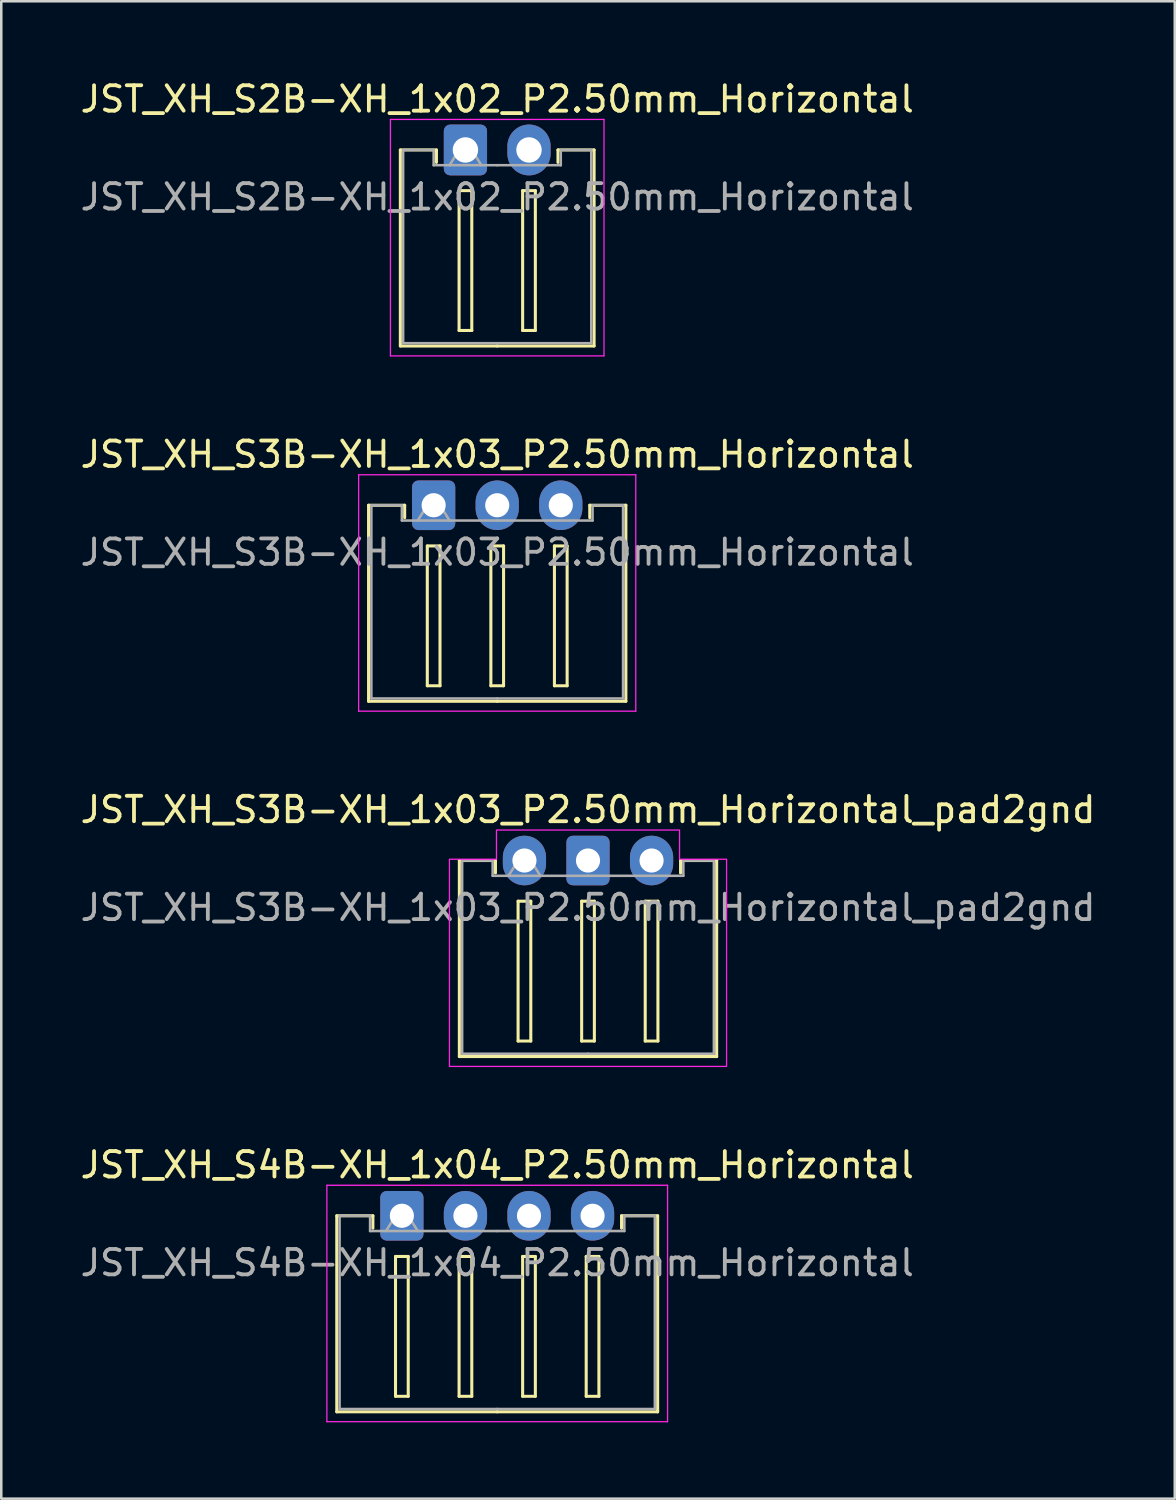
<source format=kicad_pcb>
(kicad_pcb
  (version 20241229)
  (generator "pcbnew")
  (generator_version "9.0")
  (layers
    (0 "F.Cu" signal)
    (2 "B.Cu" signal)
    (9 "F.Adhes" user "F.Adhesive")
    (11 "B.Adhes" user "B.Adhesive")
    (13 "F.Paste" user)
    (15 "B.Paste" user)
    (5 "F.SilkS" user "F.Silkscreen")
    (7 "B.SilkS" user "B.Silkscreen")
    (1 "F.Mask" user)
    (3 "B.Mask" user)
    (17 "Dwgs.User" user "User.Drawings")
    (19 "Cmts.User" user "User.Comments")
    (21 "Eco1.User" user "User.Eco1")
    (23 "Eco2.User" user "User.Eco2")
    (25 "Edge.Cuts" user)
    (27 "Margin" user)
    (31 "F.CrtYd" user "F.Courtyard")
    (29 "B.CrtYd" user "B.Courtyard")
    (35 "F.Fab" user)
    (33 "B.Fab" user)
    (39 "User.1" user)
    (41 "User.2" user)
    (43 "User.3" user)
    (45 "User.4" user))
  (footprint "JST_XH_S4B-XH_1x04_P2.50mm_Horizontal"
    (layer "F.Cu")
    (at 12.756 44.768)
    (property "Reference" "JST_XH_S4B-XH_1x04_P2.50mm_Horizontal" (at 3.75 -2 0) (layer "F.SilkS") (effects (font (size 1 1) (thickness 0.15))))
    (attr through_hole)
    (fp_line (start -2.56 0) (end -1.14 0) (stroke (width 0.12) (type solid)) (layer "F.SilkS"))
    (fp_line (start -2.56 7.71) (end -2.56 0) (stroke (width 0.12) (type solid)) (layer "F.SilkS"))
    (fp_line (start -1.14 0) (end -1.14 0.49) (stroke (width 0.12) (type solid)) (layer "F.SilkS"))
    (fp_line (start -0.25 1.6) (end -0.25 7.1) (stroke (width 0.12) (type solid)) (layer "F.SilkS"))
    (fp_line (start -0.25 7.1) (end 0.25 7.1) (stroke (width 0.12) (type solid)) (layer "F.SilkS"))
    (fp_line (start 0.25 1.6) (end -0.25 1.6) (stroke (width 0.12) (type solid)) (layer "F.SilkS"))
    (fp_line (start 0.25 7.1) (end 0.25 1.6) (stroke (width 0.12) (type solid)) (layer "F.SilkS"))
    (fp_line (start 2.25 1.6) (end 2.25 7.1) (stroke (width 0.12) (type solid)) (layer "F.SilkS"))
    (fp_line (start 2.25 7.1) (end 2.75 7.1) (stroke (width 0.12) (type solid)) (layer "F.SilkS"))
    (fp_line (start 2.75 1.6) (end 2.25 1.6) (stroke (width 0.12) (type solid)) (layer "F.SilkS"))
    (fp_line (start 2.75 7.1) (end 2.75 1.6) (stroke (width 0.12) (type solid)) (layer "F.SilkS"))
    (fp_line (start 3.75 7.71) (end -2.56 7.71) (stroke (width 0.12) (type solid)) (layer "F.SilkS"))
    (fp_line (start 3.75 7.71) (end 10.06 7.71) (stroke (width 0.12) (type solid)) (layer "F.SilkS"))
    (fp_line (start 4.75 1.6) (end 4.75 7.1) (stroke (width 0.12) (type solid)) (layer "F.SilkS"))
    (fp_line (start 4.75 7.1) (end 5.25 7.1) (stroke (width 0.12) (type solid)) (layer "F.SilkS"))
    (fp_line (start 5.25 1.6) (end 4.75 1.6) (stroke (width 0.12) (type solid)) (layer "F.SilkS"))
    (fp_line (start 5.25 7.1) (end 5.25 1.6) (stroke (width 0.12) (type solid)) (layer "F.SilkS"))
    (fp_line (start 7.25 1.6) (end 7.25 7.1) (stroke (width 0.12) (type solid)) (layer "F.SilkS"))
    (fp_line (start 7.25 7.1) (end 7.75 7.1) (stroke (width 0.12) (type solid)) (layer "F.SilkS"))
    (fp_line (start 7.75 1.6) (end 7.25 1.6) (stroke (width 0.12) (type solid)) (layer "F.SilkS"))
    (fp_line (start 7.75 7.1) (end 7.75 1.6) (stroke (width 0.12) (type solid)) (layer "F.SilkS"))
    (fp_line (start 8.64 0) (end 8.64 0.49) (stroke (width 0.12) (type solid)) (layer "F.SilkS"))
    (fp_line (start 10.06 0) (end 8.64 0) (stroke (width 0.12) (type solid)) (layer "F.SilkS"))
    (fp_line (start 10.06 7.71) (end 10.06 0) (stroke (width 0.12) (type solid)) (layer "F.SilkS"))
    (fp_line (start -2.95 -1.2) (end -2.95 8.1) (stroke (width 0.05) (type solid)) (layer "F.CrtYd"))
    (fp_line (start -2.95 8.1) (end 10.45 8.1) (stroke (width 0.05) (type solid)) (layer "F.CrtYd"))
    (fp_line (start 10.45 -1.2) (end -2.95 -1.2) (stroke (width 0.05) (type solid)) (layer "F.CrtYd"))
    (fp_line (start 10.45 8.1) (end 10.45 -1.2) (stroke (width 0.05) (type solid)) (layer "F.CrtYd"))
    (fp_line (start -2.45 0) (end -1.25 0) (stroke (width 0.1) (type solid)) (layer "F.Fab"))
    (fp_line (start -2.45 7.6) (end -2.45 0) (stroke (width 0.1) (type solid)) (layer "F.Fab"))
    (fp_line (start -1.25 0) (end -1.25 0.6) (stroke (width 0.1) (type solid)) (layer "F.Fab"))
    (fp_line (start -1.25 0.6) (end 3.75 0.6) (stroke (width 0.1) (type solid)) (layer "F.Fab"))
    (fp_line (start -0.625 0.6) (end 0 -0.4) (stroke (width 0.1) (type solid)) (layer "F.Fab"))
    (fp_line (start 0 -0.4) (end 0.625 0.6) (stroke (width 0.1) (type solid)) (layer "F.Fab"))
    (fp_line (start 3.75 7.6) (end -2.45 7.6) (stroke (width 0.1) (type solid)) (layer "F.Fab"))
    (fp_line (start 3.75 7.6) (end 9.95 7.6) (stroke (width 0.1) (type solid)) (layer "F.Fab"))
    (fp_line (start 8.75 0) (end 8.75 0.6) (stroke (width 0.1) (type solid)) (layer "F.Fab"))
    (fp_line (start 8.75 0.6) (end 3.75 0.6) (stroke (width 0.1) (type solid)) (layer "F.Fab"))
    (fp_line (start 9.95 0) (end 8.75 0) (stroke (width 0.1) (type solid)) (layer "F.Fab"))
    (fp_line (start 9.95 7.6) (end 9.95 0) (stroke (width 0.1) (type solid)) (layer "F.Fab"))
    (fp_text user "${REFERENCE}" (at 3.75 1.85 0) (layer "F.Fab") (effects (font (size 1 1) (thickness 0.15))))
    (pad "1" thru_hole roundrect (at 0 0) (size 1.7 1.95) (drill 0.95) (layers "*.Cu" "*.Mask") (roundrect_rratio 0.147))
    (pad "2" thru_hole oval (at 2.5 0) (size 1.7 1.95) (drill 0.95) (layers "*.Cu" "*.Mask"))
    (pad "3" thru_hole oval (at 5 0) (size 1.7 1.95) (drill 0.95) (layers "*.Cu" "*.Mask"))
    (pad "4" thru_hole oval (at 7.5 0) (size 1.7 1.95) (drill 0.95) (layers "*.Cu" "*.Mask")))
  (footprint "JST_XH_S2B-XH_1x02_P2.50mm_Horizontal"
    (layer "F.Cu")
    (at 15.256 2.848)
    (property "Reference" "JST_XH_S2B-XH_1x02_P2.50mm_Horizontal" (at 1.25 -2 0) (layer "F.SilkS") (effects (font (size 1 1) (thickness 0.15))))
    (attr through_hole)
    (fp_line (start -2.56 0) (end -1.14 0) (stroke (width 0.12) (type solid)) (layer "F.SilkS"))
    (fp_line (start -2.56 7.71) (end -2.56 0) (stroke (width 0.12) (type solid)) (layer "F.SilkS"))
    (fp_line (start -1.14 0) (end -1.14 0.49) (stroke (width 0.12) (type solid)) (layer "F.SilkS"))
    (fp_line (start -0.25 1.6) (end -0.25 7.1) (stroke (width 0.12) (type solid)) (layer "F.SilkS"))
    (fp_line (start -0.25 7.1) (end 0.25 7.1) (stroke (width 0.12) (type solid)) (layer "F.SilkS"))
    (fp_line (start 0.25 1.6) (end -0.25 1.6) (stroke (width 0.12) (type solid)) (layer "F.SilkS"))
    (fp_line (start 0.25 7.1) (end 0.25 1.6) (stroke (width 0.12) (type solid)) (layer "F.SilkS"))
    (fp_line (start 1.25 7.71) (end -2.56 7.71) (stroke (width 0.12) (type solid)) (layer "F.SilkS"))
    (fp_line (start 1.25 7.71) (end 5.06 7.71) (stroke (width 0.12) (type solid)) (layer "F.SilkS"))
    (fp_line (start 2.25 1.6) (end 2.25 7.1) (stroke (width 0.12) (type solid)) (layer "F.SilkS"))
    (fp_line (start 2.25 7.1) (end 2.75 7.1) (stroke (width 0.12) (type solid)) (layer "F.SilkS"))
    (fp_line (start 2.75 1.6) (end 2.25 1.6) (stroke (width 0.12) (type solid)) (layer "F.SilkS"))
    (fp_line (start 2.75 7.1) (end 2.75 1.6) (stroke (width 0.12) (type solid)) (layer "F.SilkS"))
    (fp_line (start 3.64 0) (end 3.64 0.49) (stroke (width 0.12) (type solid)) (layer "F.SilkS"))
    (fp_line (start 5.06 0) (end 3.64 0) (stroke (width 0.12) (type solid)) (layer "F.SilkS"))
    (fp_line (start 5.06 7.71) (end 5.06 0) (stroke (width 0.12) (type solid)) (layer "F.SilkS"))
    (fp_line (start -2.95 -1.2) (end -2.95 8.1) (stroke (width 0.05) (type solid)) (layer "F.CrtYd"))
    (fp_line (start -2.95 8.1) (end 5.45 8.1) (stroke (width 0.05) (type solid)) (layer "F.CrtYd"))
    (fp_line (start 5.45 -1.2) (end -2.95 -1.2) (stroke (width 0.05) (type solid)) (layer "F.CrtYd"))
    (fp_line (start 5.45 8.1) (end 5.45 -1.2) (stroke (width 0.05) (type solid)) (layer "F.CrtYd"))
    (fp_line (start -2.45 0) (end -1.25 0) (stroke (width 0.1) (type solid)) (layer "F.Fab"))
    (fp_line (start -2.45 7.6) (end -2.45 0) (stroke (width 0.1) (type solid)) (layer "F.Fab"))
    (fp_line (start -1.25 0) (end -1.25 0.6) (stroke (width 0.1) (type solid)) (layer "F.Fab"))
    (fp_line (start -1.25 0.6) (end 1.25 0.6) (stroke (width 0.1) (type solid)) (layer "F.Fab"))
    (fp_line (start -0.625 0.6) (end 0 -0.4) (stroke (width 0.1) (type solid)) (layer "F.Fab"))
    (fp_line (start 0 -0.4) (end 0.625 0.6) (stroke (width 0.1) (type solid)) (layer "F.Fab"))
    (fp_line (start 1.25 7.6) (end -2.45 7.6) (stroke (width 0.1) (type solid)) (layer "F.Fab"))
    (fp_line (start 1.25 7.6) (end 4.95 7.6) (stroke (width 0.1) (type solid)) (layer "F.Fab"))
    (fp_line (start 3.75 0) (end 3.75 0.6) (stroke (width 0.1) (type solid)) (layer "F.Fab"))
    (fp_line (start 3.75 0.6) (end 1.25 0.6) (stroke (width 0.1) (type solid)) (layer "F.Fab"))
    (fp_line (start 4.95 0) (end 3.75 0) (stroke (width 0.1) (type solid)) (layer "F.Fab"))
    (fp_line (start 4.95 7.6) (end 4.95 0) (stroke (width 0.1) (type solid)) (layer "F.Fab"))
    (fp_text user "${REFERENCE}" (at 1.25 1.85 0) (layer "F.Fab") (effects (font (size 1 1) (thickness 0.15))))
    (pad "1" thru_hole roundrect (at 0 0) (size 1.7 2) (drill 1) (layers "*.Cu" "*.Mask") (roundrect_rratio 0.147))
    (pad "2" thru_hole oval (at 2.5 0) (size 1.7 2) (drill 1) (layers "*.Cu" "*.Mask")))
  (footprint "JST_XH_S3B-XH_1x03_P2.50mm_Horizontal_pad2gnd"
    (layer "F.Cu")
    (at 17.577 30.795)
    (property "Reference" "JST_XH_S3B-XH_1x03_P2.50mm_Horizontal_pad2gnd" (at 2.5 -2 0) (layer "F.SilkS") (effects (font (size 1 1) (thickness 0.15))))
    (attr through_hole)
    (fp_line (start -2.56 0) (end -1.14 0) (stroke (width 0.12) (type solid)) (layer "F.SilkS"))
    (fp_line (start -2.56 7.71) (end -2.56 0) (stroke (width 0.12) (type solid)) (layer "F.SilkS"))
    (fp_line (start -1.14 0) (end -1.14 0.49) (stroke (width 0.12) (type solid)) (layer "F.SilkS"))
    (fp_line (start -0.25 1.6) (end -0.25 7.1) (stroke (width 0.12) (type solid)) (layer "F.SilkS"))
    (fp_line (start -0.25 7.1) (end 0.25 7.1) (stroke (width 0.12) (type solid)) (layer "F.SilkS"))
    (fp_line (start 0.25 1.6) (end -0.25 1.6) (stroke (width 0.12) (type solid)) (layer "F.SilkS"))
    (fp_line (start 0.25 7.1) (end 0.25 1.6) (stroke (width 0.12) (type solid)) (layer "F.SilkS"))
    (fp_line (start 2.25 1.6) (end 2.25 7.1) (stroke (width 0.12) (type solid)) (layer "F.SilkS"))
    (fp_line (start 2.25 7.1) (end 2.75 7.1) (stroke (width 0.12) (type solid)) (layer "F.SilkS"))
    (fp_line (start 2.5 7.71) (end -2.56 7.71) (stroke (width 0.12) (type solid)) (layer "F.SilkS"))
    (fp_line (start 2.5 7.71) (end 7.56 7.71) (stroke (width 0.12) (type solid)) (layer "F.SilkS"))
    (fp_line (start 2.75 1.6) (end 2.25 1.6) (stroke (width 0.12) (type solid)) (layer "F.SilkS"))
    (fp_line (start 2.75 7.1) (end 2.75 1.6) (stroke (width 0.12) (type solid)) (layer "F.SilkS"))
    (fp_line (start 4.75 1.6) (end 4.75 7.1) (stroke (width 0.12) (type solid)) (layer "F.SilkS"))
    (fp_line (start 4.75 7.1) (end 5.25 7.1) (stroke (width 0.12) (type solid)) (layer "F.SilkS"))
    (fp_line (start 5.25 1.6) (end 4.75 1.6) (stroke (width 0.12) (type solid)) (layer "F.SilkS"))
    (fp_line (start 5.25 7.1) (end 5.25 1.6) (stroke (width 0.12) (type solid)) (layer "F.SilkS"))
    (fp_line (start 6.14 0) (end 6.14 0.49) (stroke (width 0.12) (type solid)) (layer "F.SilkS"))
    (fp_line (start 7.56 0) (end 6.14 0) (stroke (width 0.12) (type solid)) (layer "F.SilkS"))
    (fp_line (start 7.56 7.71) (end 7.56 0) (stroke (width 0.12) (type solid)) (layer "F.SilkS"))
    (fp_poly (pts (xy -2.95 8.1) (xy 7.95 8.1) (xy 7.95 -0.05) (xy 6.1 -0.05) (xy 6.1 -0.95) (xy 6.1 -1.2) (xy -1.1 -1.2) (xy -1.1 -0.05) (xy -2.95 -0.05)) (stroke (width 0.05) (type solid)) (fill no) (layer "F.CrtYd"))
    (fp_line (start -2.45 0) (end -1.25 0) (stroke (width 0.1) (type solid)) (layer "F.Fab"))
    (fp_line (start -2.45 7.6) (end -2.45 0) (stroke (width 0.1) (type solid)) (layer "F.Fab"))
    (fp_line (start -1.25 0) (end -1.25 0.6) (stroke (width 0.1) (type solid)) (layer "F.Fab"))
    (fp_line (start -1.25 0.6) (end 2.5 0.6) (stroke (width 0.1) (type solid)) (layer "F.Fab"))
    (fp_line (start -0.625 0.6) (end 0 -0.4) (stroke (width 0.1) (type solid)) (layer "F.Fab"))
    (fp_line (start 0 -0.4) (end 0.625 0.6) (stroke (width 0.1) (type solid)) (layer "F.Fab"))
    (fp_line (start 2.5 7.6) (end -2.45 7.6) (stroke (width 0.1) (type solid)) (layer "F.Fab"))
    (fp_line (start 2.5 7.6) (end 7.45 7.6) (stroke (width 0.1) (type solid)) (layer "F.Fab"))
    (fp_line (start 6.25 0) (end 6.25 0.6) (stroke (width 0.1) (type solid)) (layer "F.Fab"))
    (fp_line (start 6.25 0.6) (end 2.5 0.6) (stroke (width 0.1) (type solid)) (layer "F.Fab"))
    (fp_line (start 7.45 0) (end 6.25 0) (stroke (width 0.1) (type solid)) (layer "F.Fab"))
    (fp_line (start 7.45 7.6) (end 7.45 0) (stroke (width 0.1) (type solid)) (layer "F.Fab"))
    (fp_text user "${REFERENCE}" (at 2.5 1.85 0) (layer "F.Fab") (effects (font (size 1 1) (thickness 0.15))))
    (pad "1" thru_hole oval (at 0 0) (size 1.7 1.95) (drill 0.95) (layers "*.Cu" "*.Mask"))
    (pad "2" thru_hole roundrect (at 2.5 0) (size 1.7 1.95) (drill 0.95) (layers "*.Cu" "*.Mask") (roundrect_rratio 0.147))
    (pad "3" thru_hole oval (at 5 0) (size 1.7 1.95) (drill 0.95) (layers "*.Cu" "*.Mask")))
  (footprint "JST_XH_S3B-XH_1x03_P2.50mm_Horizontal"
    (layer "F.Cu")
    (at 14.006 16.822)
    (property "Reference" "JST_XH_S3B-XH_1x03_P2.50mm_Horizontal" (at 2.5 -2 0) (layer "F.SilkS") (effects (font (size 1 1) (thickness 0.15))))
    (attr through_hole)
    (fp_line (start -2.56 0) (end -1.14 0) (stroke (width 0.12) (type solid)) (layer "F.SilkS"))
    (fp_line (start -2.56 7.71) (end -2.56 0) (stroke (width 0.12) (type solid)) (layer "F.SilkS"))
    (fp_line (start -1.14 0) (end -1.14 0.49) (stroke (width 0.12) (type solid)) (layer "F.SilkS"))
    (fp_line (start -0.25 1.6) (end -0.25 7.1) (stroke (width 0.12) (type solid)) (layer "F.SilkS"))
    (fp_line (start -0.25 7.1) (end 0.25 7.1) (stroke (width 0.12) (type solid)) (layer "F.SilkS"))
    (fp_line (start 0.25 1.6) (end -0.25 1.6) (stroke (width 0.12) (type solid)) (layer "F.SilkS"))
    (fp_line (start 0.25 7.1) (end 0.25 1.6) (stroke (width 0.12) (type solid)) (layer "F.SilkS"))
    (fp_line (start 2.25 1.6) (end 2.25 7.1) (stroke (width 0.12) (type solid)) (layer "F.SilkS"))
    (fp_line (start 2.25 7.1) (end 2.75 7.1) (stroke (width 0.12) (type solid)) (layer "F.SilkS"))
    (fp_line (start 2.5 7.71) (end -2.56 7.71) (stroke (width 0.12) (type solid)) (layer "F.SilkS"))
    (fp_line (start 2.5 7.71) (end 7.56 7.71) (stroke (width 0.12) (type solid)) (layer "F.SilkS"))
    (fp_line (start 2.75 1.6) (end 2.25 1.6) (stroke (width 0.12) (type solid)) (layer "F.SilkS"))
    (fp_line (start 2.75 7.1) (end 2.75 1.6) (stroke (width 0.12) (type solid)) (layer "F.SilkS"))
    (fp_line (start 4.75 1.6) (end 4.75 7.1) (stroke (width 0.12) (type solid)) (layer "F.SilkS"))
    (fp_line (start 4.75 7.1) (end 5.25 7.1) (stroke (width 0.12) (type solid)) (layer "F.SilkS"))
    (fp_line (start 5.25 1.6) (end 4.75 1.6) (stroke (width 0.12) (type solid)) (layer "F.SilkS"))
    (fp_line (start 5.25 7.1) (end 5.25 1.6) (stroke (width 0.12) (type solid)) (layer "F.SilkS"))
    (fp_line (start 6.14 0) (end 6.14 0.49) (stroke (width 0.12) (type solid)) (layer "F.SilkS"))
    (fp_line (start 7.56 0) (end 6.14 0) (stroke (width 0.12) (type solid)) (layer "F.SilkS"))
    (fp_line (start 7.56 7.71) (end 7.56 0) (stroke (width 0.12) (type solid)) (layer "F.SilkS"))
    (fp_line (start -2.95 -1.2) (end -2.95 8.1) (stroke (width 0.05) (type solid)) (layer "F.CrtYd"))
    (fp_line (start -2.95 8.1) (end 7.95 8.1) (stroke (width 0.05) (type solid)) (layer "F.CrtYd"))
    (fp_line (start 7.95 -1.2) (end -2.95 -1.2) (stroke (width 0.05) (type solid)) (layer "F.CrtYd"))
    (fp_line (start 7.95 8.1) (end 7.95 -1.2) (stroke (width 0.05) (type solid)) (layer "F.CrtYd"))
    (fp_line (start -2.45 0) (end -1.25 0) (stroke (width 0.1) (type solid)) (layer "F.Fab"))
    (fp_line (start -2.45 7.6) (end -2.45 0) (stroke (width 0.1) (type solid)) (layer "F.Fab"))
    (fp_line (start -1.25 0) (end -1.25 0.6) (stroke (width 0.1) (type solid)) (layer "F.Fab"))
    (fp_line (start -1.25 0.6) (end 2.5 0.6) (stroke (width 0.1) (type solid)) (layer "F.Fab"))
    (fp_line (start -0.625 0.6) (end 0 -0.4) (stroke (width 0.1) (type solid)) (layer "F.Fab"))
    (fp_line (start 0 -0.4) (end 0.625 0.6) (stroke (width 0.1) (type solid)) (layer "F.Fab"))
    (fp_line (start 2.5 7.6) (end -2.45 7.6) (stroke (width 0.1) (type solid)) (layer "F.Fab"))
    (fp_line (start 2.5 7.6) (end 7.45 7.6) (stroke (width 0.1) (type solid)) (layer "F.Fab"))
    (fp_line (start 6.25 0) (end 6.25 0.6) (stroke (width 0.1) (type solid)) (layer "F.Fab"))
    (fp_line (start 6.25 0.6) (end 2.5 0.6) (stroke (width 0.1) (type solid)) (layer "F.Fab"))
    (fp_line (start 7.45 0) (end 6.25 0) (stroke (width 0.1) (type solid)) (layer "F.Fab"))
    (fp_line (start 7.45 7.6) (end 7.45 0) (stroke (width 0.1) (type solid)) (layer "F.Fab"))
    (fp_text user "${REFERENCE}" (at 2.5 1.85 0) (layer "F.Fab") (effects (font (size 1 1) (thickness 0.15))))
    (pad "1" thru_hole roundrect (at 0 0) (size 1.7 1.95) (drill 0.95) (layers "*.Cu" "*.Mask") (roundrect_rratio 0.147))
    (pad "2" thru_hole oval (at 2.5 0) (size 1.7 1.95) (drill 0.95) (layers "*.Cu" "*.Mask"))
    (pad "3" thru_hole oval (at 5 0) (size 1.7 1.95) (drill 0.95) (layers "*.Cu" "*.Mask")))
  (gr_rect
    (start -3 -3)
    (end 43.155 55.893)
    (stroke (width 0.1) (type default))
    (fill no)
    (layer "Edge.Cuts")))
</source>
